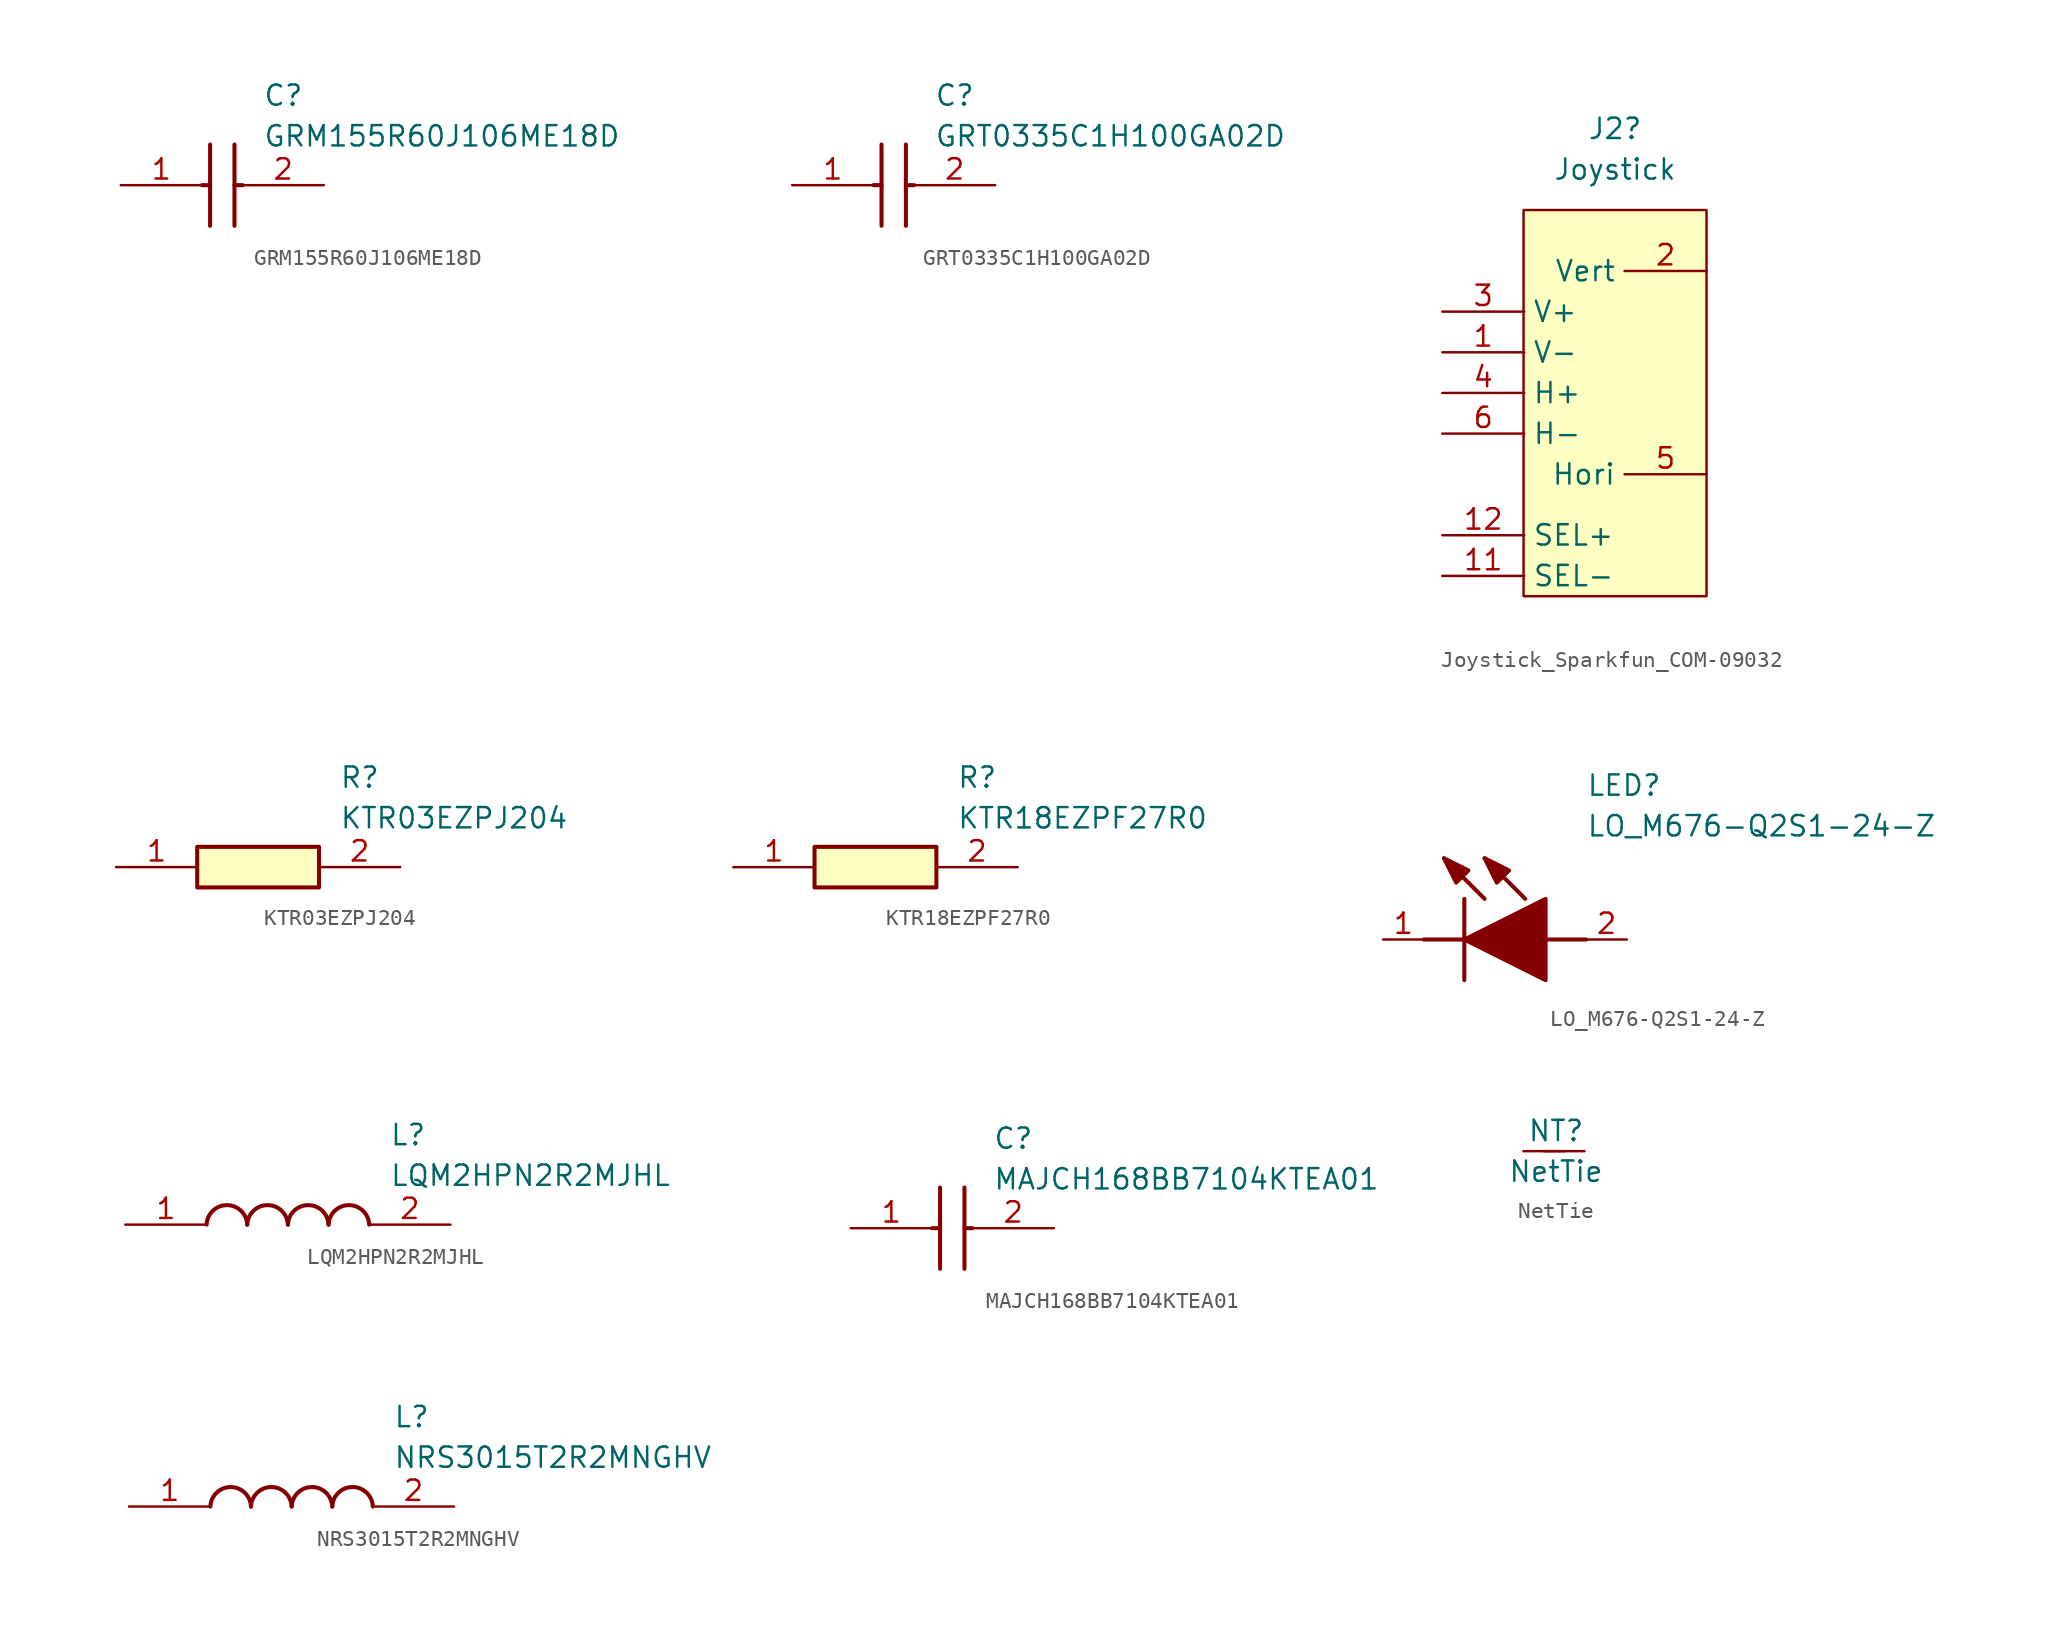
<source format=kicad_sym>
(kicad_symbol_lib
  (version 20241209)
  (generator "kicad_symbol_editor")
  (generator_version "9.0")
  (symbol "GRM155R60J106ME18D"
    (pin_names
      (hide yes))
    (property "Reference" "C"
      (at 8.89 6.35 0)
      (effects (font (size 1.27 1.27)) (justify left top)))
    (property "Value" "GRM155R60J106ME18D"
      (at 8.89 3.81 0)
      (effects (font (size 1.27 1.27)) (justify left top)))
    (symbol "GRM155R60J106ME18D_1_1"
      (polyline (pts (xy 5.08 0) (xy 5.588 0)) (stroke (width 0.254) (type default)) (fill (type none)))
      (polyline (pts (xy 5.588 2.54) (xy 5.588 -2.54)) (stroke (width 0.254) (type default)) (fill (type none)))
      (polyline (pts (xy 7.112 2.54) (xy 7.112 -2.54)) (stroke (width 0.254) (type default)) (fill (type none)))
      (polyline (pts (xy 7.112 0) (xy 7.62 0)) (stroke (width 0.254) (type default)) (fill (type none)))
      (pin passive line (at 0 0 0) (length 5.08) (name "1" (effects (font (size 1.27 1.27)))) (number "1" (effects (font (size 1.27 1.27)))))
      (pin passive line (at 12.7 0 180) (length 5.08) (name "2" (effects (font (size 1.27 1.27)))) (number "2" (effects (font (size 1.27 1.27)))))))
  (symbol "GRT0335C1H100GA02D"
    (pin_names
      (hide yes))
    (property "Reference" "C"
      (at 8.89 6.35 0)
      (effects (font (size 1.27 1.27)) (justify left top)))
    (property "Value" "GRT0335C1H100GA02D"
      (at 8.89 3.81 0)
      (effects (font (size 1.27 1.27)) (justify left top)))
    (symbol "GRT0335C1H100GA02D_1_1"
      (polyline (pts (xy 5.08 0) (xy 5.588 0)) (stroke (width 0.254) (type default)) (fill (type none)))
      (polyline (pts (xy 5.588 2.54) (xy 5.588 -2.54)) (stroke (width 0.254) (type default)) (fill (type none)))
      (polyline (pts (xy 7.112 2.54) (xy 7.112 -2.54)) (stroke (width 0.254) (type default)) (fill (type none)))
      (polyline (pts (xy 7.112 0) (xy 7.62 0)) (stroke (width 0.254) (type default)) (fill (type none)))
      (pin passive line (at 0 0 0) (length 5.08) (name "1" (effects (font (size 1.27 1.27)))) (number "1" (effects (font (size 1.27 1.27)))))
      (pin passive line (at 12.7 0 180) (length 5.08) (name "2" (effects (font (size 1.27 1.27)))) (number "2" (effects (font (size 1.27 1.27)))))))
  (symbol "Joystick_Sparkfun_COM-09032"
    (property "Reference" "J2"
      (at 0.635 16.51 0)
      (effects (font (size 1.27 1.27))))
    (property "Value" "Joystick"
      (at 0.635 13.97 0)
      (effects (font (size 1.27 1.27))))
    (property "ki_locked" ""
      (at 0 0 0)
      (effects (font (size 1.27 1.27))))
    (symbol "Joystick_Sparkfun_COM-09032_1_1"
      (rectangle (start -5.08 11.43) (end 6.35 -12.7) (stroke (width 0) (type default)) (fill (type background)))
      (pin passive line (at -10.16 5.08 0) (length 5.12) (name "V+" (effects (font (size 1.27 1.27)))) (number "3" (effects (font (size 1.27 1.27)))))
      (pin passive line (at -10.16 2.54 0) (length 5.12) (name "V-" (effects (font (size 1.27 1.27)))) (number "1" (effects (font (size 1.27 1.27)))))
      (pin passive line (at -10.16 0 0) (length 5.12) (name "H+" (effects (font (size 1.27 1.27)))) (number "4" (effects (font (size 1.27 1.27)))))
      (pin passive line (at -10.16 -2.54 0) (length 5.12) (name "H-" (effects (font (size 1.27 1.27)))) (number "6" (effects (font (size 1.27 1.27)))))
      (pin passive line (at -10.16 -8.89 0) (length 5.12) (name "SEL+" (effects (font (size 1.27 1.27)))) (number "12" (effects (font (size 1.27 1.27)))))
      (pin passive line (at -10.16 -11.43 0) (length 5.12) (name "SEL-" (effects (font (size 1.27 1.27)))) (number "11" (effects (font (size 1.27 1.27)))))
      (pin output line (at 6.35 7.62 180) (length 5.12) (name "Vert" (effects (font (size 1.27 1.27)))) (number "2" (effects (font (size 1.27 1.27)))))
      (pin output line (at 6.35 -5.08 180) (length 5.12) (name "Hori" (effects (font (size 1.27 1.27)))) (number "5" (effects (font (size 1.27 1.27)))))
      (pin free line (at 11.43 5.08 180) (length 5.12) (hide yes) (name "M1" (effects (font (size 1.27 1.27)))) (number "7" (effects (font (size 1.27 1.27)))))
      (pin free line (at 11.43 2.54 180) (length 5.12) (hide yes) (name "M2" (effects (font (size 1.27 1.27)))) (number "8" (effects (font (size 1.27 1.27)))))
      (pin free line (at 11.43 0 180) (length 5.12) (hide yes) (name "M3" (effects (font (size 1.27 1.27)))) (number "9" (effects (font (size 1.27 1.27)))))
      (pin free line (at 11.43 -2.54 180) (length 5.12) (hide yes) (name "M4" (effects (font (size 1.27 1.27)))) (number "10" (effects (font (size 1.27 1.27)))))))
  (symbol "KTR03EZPJ204"
    (pin_names
      (hide yes))
    (property "Reference" "R"
      (at 13.97 6.35 0)
      (effects (font (size 1.27 1.27)) (justify left top)))
    (property "Value" "KTR03EZPJ204"
      (at 13.97 3.81 0)
      (effects (font (size 1.27 1.27)) (justify left top)))
    (symbol "KTR03EZPJ204_1_1"
      (rectangle (start 5.08 1.27) (end 12.7 -1.27) (stroke (width 0.254) (type default)) (fill (type background)))
      (pin passive line (at 0 0 0) (length 5.08) (name "1" (effects (font (size 1.27 1.27)))) (number "1" (effects (font (size 1.27 1.27)))))
      (pin passive line (at 17.78 0 180) (length 5.08) (name "2" (effects (font (size 1.27 1.27)))) (number "2" (effects (font (size 1.27 1.27)))))))
  (symbol "KTR18EZPF27R0"
    (pin_names
      (hide yes))
    (property "Reference" "R"
      (at 13.97 6.35 0)
      (effects (font (size 1.27 1.27)) (justify left top)))
    (property "Value" "KTR18EZPF27R0"
      (at 13.97 3.81 0)
      (effects (font (size 1.27 1.27)) (justify left top)))
    (symbol "KTR18EZPF27R0_1_1"
      (rectangle (start 5.08 1.27) (end 12.7 -1.27) (stroke (width 0.254) (type default)) (fill (type background)))
      (pin passive line (at 0 0 0) (length 5.08) (name "1" (effects (font (size 1.27 1.27)))) (number "1" (effects (font (size 1.27 1.27)))))
      (pin passive line (at 17.78 0 180) (length 5.08) (name "2" (effects (font (size 1.27 1.27)))) (number "2" (effects (font (size 1.27 1.27)))))))
  (symbol "LO_M676-Q2S1-24-Z"
    (pin_names
      (hide yes))
    (property "Reference" "LED"
      (at 12.7 8.89 0)
      (effects (font (size 1.27 1.27)) (justify left bottom)))
    (property "Value" "LO_M676-Q2S1-24-Z"
      (at 12.7 6.35 0)
      (effects (font (size 1.27 1.27)) (justify left bottom)))
    (symbol "LO_M676-Q2S1-24-Z_1_1"
      (polyline (pts (xy 2.54 0) (xy 5.08 0)) (stroke (width 0.254) (type default)) (fill (type none)))
      (polyline (pts (xy 5.08 2.54) (xy 5.08 -2.54)) (stroke (width 0.254) (type default)) (fill (type none)))
      (polyline (pts (xy 5.08 0) (xy 10.16 2.54) (xy 10.16 -2.54) (xy 5.08 0)) (stroke (width 0.254) (type default)) (fill (type outline)))
      (polyline (pts (xy 5.334 4.318) (xy 4.572 3.556) (xy 3.81 5.08) (xy 5.334 4.318)) (stroke (width 0.254) (type default)) (fill (type outline)))
      (polyline (pts (xy 6.35 2.54) (xy 3.81 5.08)) (stroke (width 0.254) (type default)) (fill (type none)))
      (polyline (pts (xy 7.874 4.318) (xy 7.112 3.556) (xy 6.35 5.08) (xy 7.874 4.318)) (stroke (width 0.254) (type default)) (fill (type outline)))
      (polyline (pts (xy 8.89 2.54) (xy 6.35 5.08)) (stroke (width 0.254) (type default)) (fill (type none)))
      (polyline (pts (xy 10.16 0) (xy 12.7 0)) (stroke (width 0.254) (type default)) (fill (type none)))
      (pin passive line (at 0 0 0) (length 2.54) (name "K" (effects (font (size 1.27 1.27)))) (number "1" (effects (font (size 1.27 1.27)))))
      (pin passive line (at 15.24 0 180) (length 2.54) (name "A" (effects (font (size 1.27 1.27)))) (number "2" (effects (font (size 1.27 1.27)))))))
  (symbol "LQM2HPN2R2MJHL"
    (pin_names
      (hide yes))
    (property "Reference" "L"
      (at 16.51 6.35 0)
      (effects (font (size 1.27 1.27)) (justify left top)))
    (property "Value" "LQM2HPN2R2MJHL"
      (at 16.51 3.81 0)
      (effects (font (size 1.27 1.27)) (justify left top)))
    (symbol "LQM2HPN2R2MJHL_1_1"
      (arc (start 5.08 0) (mid 6.35 1.219) (end 7.62 0) (stroke (width 0.254) (type default)) (fill (type none)))
      (arc (start 7.62 0) (mid 8.89 1.219) (end 10.16 0) (stroke (width 0.254) (type default)) (fill (type none)))
      (arc (start 10.16 0) (mid 11.43 1.219) (end 12.7 0) (stroke (width 0.254) (type default)) (fill (type none)))
      (arc (start 12.7 0) (mid 13.97 1.219) (end 15.24 0) (stroke (width 0.254) (type default)) (fill (type none)))
      (pin passive line (at 0 0 0) (length 5.08) (name "1" (effects (font (size 1.27 1.27)))) (number "1" (effects (font (size 1.27 1.27)))))
      (pin passive line (at 20.32 0 180) (length 5.08) (name "2" (effects (font (size 1.27 1.27)))) (number "2" (effects (font (size 1.27 1.27)))))))
  (symbol "MAJCH168BB7104KTEA01"
    (pin_names
      (hide yes))
    (property "Reference" "C"
      (at 8.89 6.35 0)
      (effects (font (size 1.27 1.27)) (justify left top)))
    (property "Value" "MAJCH168BB7104KTEA01"
      (at 8.89 3.81 0)
      (effects (font (size 1.27 1.27)) (justify left top)))
    (symbol "MAJCH168BB7104KTEA01_1_1"
      (polyline (pts (xy 5.08 0) (xy 5.588 0)) (stroke (width 0.254) (type default)) (fill (type none)))
      (polyline (pts (xy 5.588 2.54) (xy 5.588 -2.54)) (stroke (width 0.254) (type default)) (fill (type none)))
      (polyline (pts (xy 7.112 2.54) (xy 7.112 -2.54)) (stroke (width 0.254) (type default)) (fill (type none)))
      (polyline (pts (xy 7.112 0) (xy 7.62 0)) (stroke (width 0.254) (type default)) (fill (type none)))
      (pin passive line (at 0 0 0) (length 5.08) (name "1" (effects (font (size 1.27 1.27)))) (number "1" (effects (font (size 1.27 1.27)))))
      (pin passive line (at 12.7 0 180) (length 5.08) (name "2" (effects (font (size 1.27 1.27)))) (number "2" (effects (font (size 1.27 1.27)))))))
  (symbol "NetTie"
    (pin_numbers
      (hide yes))
    (pin_names
      (offset 0)
      (hide yes))
    (property "Reference" "NT"
      (at -0.508 1.27 0)
      (effects (font (size 1.27 1.27))))
    (property "Value" "NetTie"
      (at -0.508 -1.27 0)
      (effects (font (size 1.27 1.27))))
    (symbol "NetTie_1_1"
      (pin passive line (at -2.54 0 0) (length 2.54) (name "1" (effects (font (size 1.27 1.27)))) (number "1" (effects (font (size 1.27 1.27)))))
      (pin passive line (at 1.27 0 180) (length 2.54) (name "2" (effects (font (size 1.27 1.27)))) (number "2" (effects (font (size 1.27 1.27)))))))
  (symbol "NRS3015T2R2MNGHV"
    (pin_names
      (hide yes))
    (property "Reference" "L"
      (at 16.51 6.35 0)
      (effects (font (size 1.27 1.27)) (justify left top)))
    (property "Value" "NRS3015T2R2MNGHV"
      (at 16.51 3.81 0)
      (effects (font (size 1.27 1.27)) (justify left top)))
    (symbol "NRS3015T2R2MNGHV_1_1"
      (arc (start 5.08 0) (mid 6.35 1.219) (end 7.62 0) (stroke (width 0.254) (type default)) (fill (type none)))
      (arc (start 7.62 0) (mid 8.89 1.219) (end 10.16 0) (stroke (width 0.254) (type default)) (fill (type none)))
      (arc (start 10.16 0) (mid 11.43 1.219) (end 12.7 0) (stroke (width 0.254) (type default)) (fill (type none)))
      (arc (start 12.7 0) (mid 13.97 1.219) (end 15.24 0) (stroke (width 0.254) (type default)) (fill (type none)))
      (pin passive line (at 0 0 0) (length 5.08) (name "1" (effects (font (size 1.27 1.27)))) (number "1" (effects (font (size 1.27 1.27)))))
      (pin passive line (at 20.32 0 180) (length 5.08) (name "2" (effects (font (size 1.27 1.27)))) (number "2" (effects (font (size 1.27 1.27))))))))
</source>
